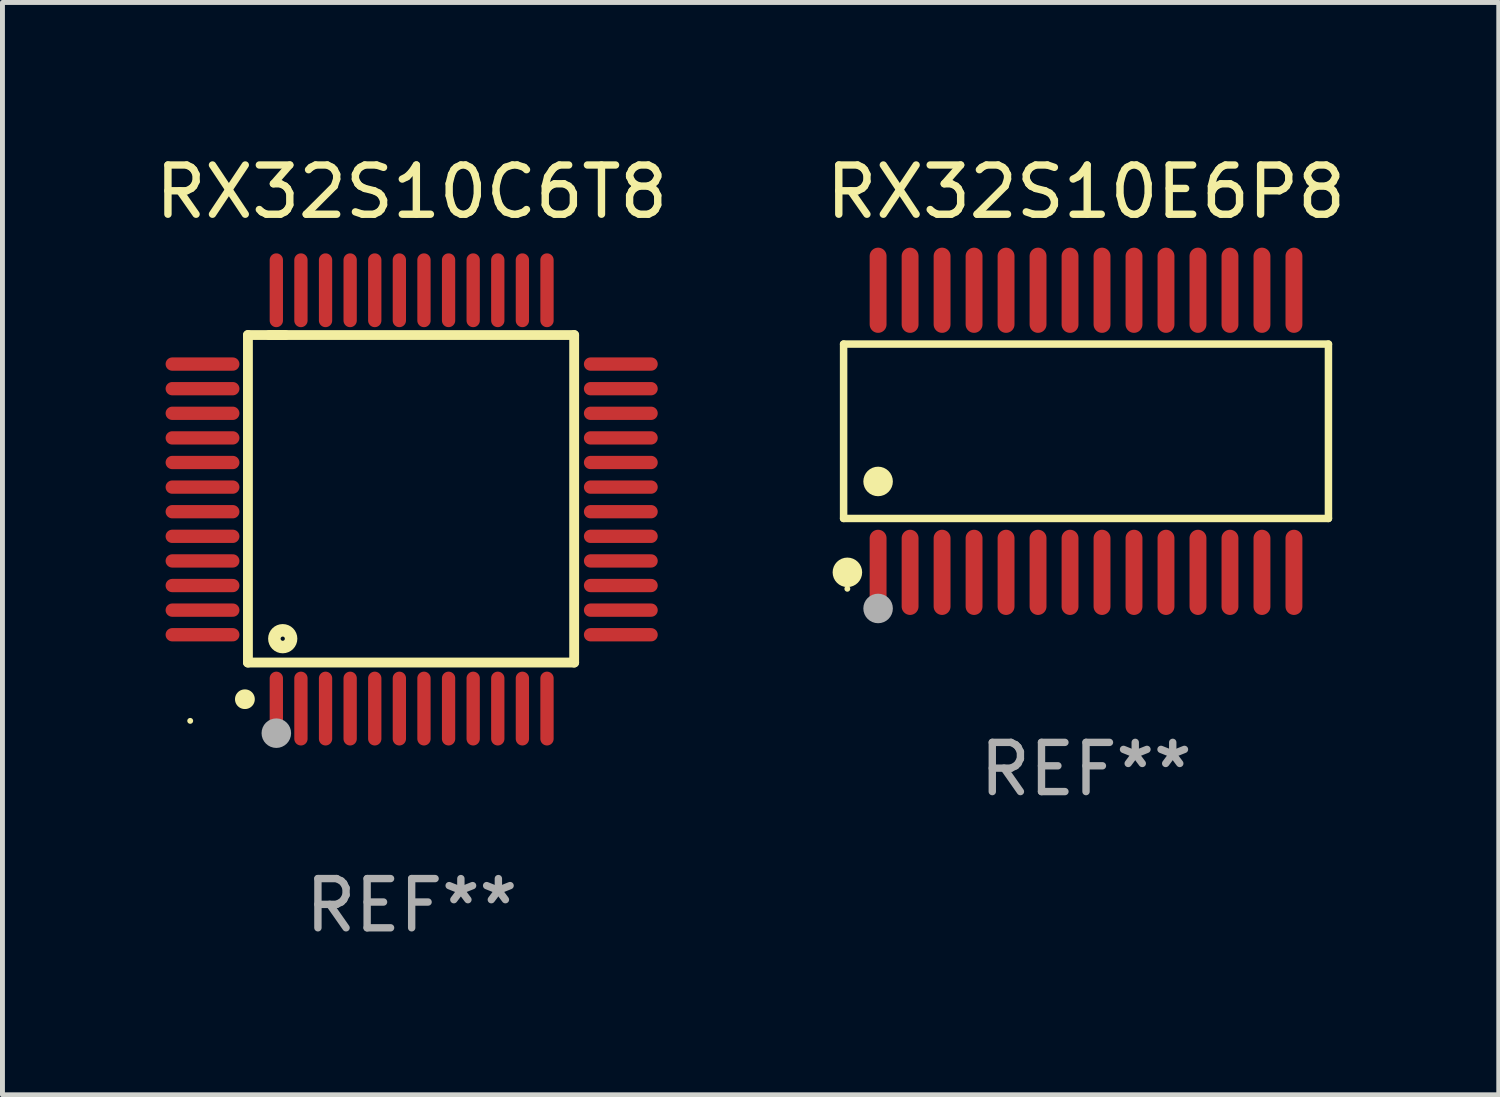
<source format=kicad_pcb>
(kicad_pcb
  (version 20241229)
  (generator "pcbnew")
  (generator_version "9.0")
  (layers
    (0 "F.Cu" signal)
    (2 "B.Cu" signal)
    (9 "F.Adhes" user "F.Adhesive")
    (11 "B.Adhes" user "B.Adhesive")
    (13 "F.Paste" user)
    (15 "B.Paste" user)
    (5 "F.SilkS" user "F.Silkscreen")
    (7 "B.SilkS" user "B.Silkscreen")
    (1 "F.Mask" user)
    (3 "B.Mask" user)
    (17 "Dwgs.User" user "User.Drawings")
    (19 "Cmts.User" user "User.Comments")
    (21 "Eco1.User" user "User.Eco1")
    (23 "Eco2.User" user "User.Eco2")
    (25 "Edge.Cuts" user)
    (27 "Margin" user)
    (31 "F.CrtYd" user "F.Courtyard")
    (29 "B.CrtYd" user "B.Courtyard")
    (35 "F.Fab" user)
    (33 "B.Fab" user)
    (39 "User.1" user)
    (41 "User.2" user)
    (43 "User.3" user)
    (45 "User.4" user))
  (footprint "RX32S10C6T8"
    (layer "F.Cu")
    (at 5.315 7.098)
    (property "Reference" "RX32S10C6T8" (at 0 -6.25 0) (layer "F.SilkS") (effects (font (size 1 1) (thickness 0.15))))
    (attr through_hole)
    (fp_line (start -3.327 -3.34) (end -2.565 -3.34) (stroke (width 0.2) (type solid)) (layer "F.SilkS"))
    (fp_line (start -3.327 3.315) (end -3.327 -3.34) (stroke (width 0.2) (type solid)) (layer "F.SilkS"))
    (fp_line (start -2.896 -3.34) (end 3.302 -3.34) (stroke (width 0.2) (type solid)) (layer "F.SilkS"))
    (fp_line (start 3.302 -3.34) (end 3.302 3.315) (stroke (width 0.2) (type solid)) (layer "F.SilkS"))
    (fp_line (start 3.302 3.315) (end -3.327 3.315) (stroke (width 0.2) (type solid)) (layer "F.SilkS"))
    (fp_arc (start -3.389992 4.059995) (mid -3.388722 4.059991) (end -3.387452 4.059995) (stroke (width 0.4) (type solid)) (layer "F.SilkS"))
    (fp_circle (center -4.5 4.5) (end -4.47 4.5) (stroke (width 0.06) (type solid)) (fill no) (layer "F.SilkS"))
    (fp_circle (center -2.62 2.83) (end -2.45 2.83) (stroke (width 0.254) (type solid)) (fill no) (layer "F.SilkS"))
    (fp_circle (center -2.75 4.75) (end -2.6 4.75) (stroke (width 0.3) (type solid)) (fill no) (layer "F.Fab"))
    (fp_text user "REF**" (at 0 8.25 0) (layer "F.Fab") (effects (font (size 1 1) (thickness 0.15))))
    (pad "1" smd oval (at -2.75 4.25) (size 0.27 1.5) (layers "F.Cu" "F.Mask" "F.Paste"))
    (pad "2" smd oval (at -2.25 4.25) (size 0.27 1.5) (layers "F.Cu" "F.Mask" "F.Paste"))
    (pad "3" smd oval (at -1.75 4.25) (size 0.27 1.5) (layers "F.Cu" "F.Mask" "F.Paste"))
    (pad "4" smd oval (at -1.25 4.25) (size 0.27 1.5) (layers "F.Cu" "F.Mask" "F.Paste"))
    (pad "5" smd oval (at -0.75 4.25) (size 0.27 1.5) (layers "F.Cu" "F.Mask" "F.Paste"))
    (pad "6" smd oval (at -0.25 4.25) (size 0.27 1.5) (layers "F.Cu" "F.Mask" "F.Paste"))
    (pad "7" smd oval (at 0.25 4.25) (size 0.27 1.5) (layers "F.Cu" "F.Mask" "F.Paste"))
    (pad "8" smd oval (at 0.75 4.25) (size 0.27 1.5) (layers "F.Cu" "F.Mask" "F.Paste"))
    (pad "9" smd oval (at 1.25 4.25) (size 0.27 1.5) (layers "F.Cu" "F.Mask" "F.Paste"))
    (pad "10" smd oval (at 1.75 4.25) (size 0.27 1.5) (layers "F.Cu" "F.Mask" "F.Paste"))
    (pad "11" smd oval (at 2.25 4.25) (size 0.27 1.5) (layers "F.Cu" "F.Mask" "F.Paste"))
    (pad "12" smd oval (at 2.75 4.25) (size 0.27 1.5) (layers "F.Cu" "F.Mask" "F.Paste"))
    (pad "13" smd oval (at 4.25 2.75) (size 1.5 0.27) (layers "F.Cu" "F.Mask" "F.Paste"))
    (pad "14" smd oval (at 4.25 2.25) (size 1.5 0.27) (layers "F.Cu" "F.Mask" "F.Paste"))
    (pad "15" smd oval (at 4.25 1.75) (size 1.5 0.27) (layers "F.Cu" "F.Mask" "F.Paste"))
    (pad "16" smd oval (at 4.25 1.25) (size 1.5 0.27) (layers "F.Cu" "F.Mask" "F.Paste"))
    (pad "17" smd oval (at 4.25 0.75) (size 1.5 0.27) (layers "F.Cu" "F.Mask" "F.Paste"))
    (pad "18" smd oval (at 4.25 0.25) (size 1.5 0.27) (layers "F.Cu" "F.Mask" "F.Paste"))
    (pad "19" smd oval (at 4.25 -0.25) (size 1.5 0.27) (layers "F.Cu" "F.Mask" "F.Paste"))
    (pad "20" smd oval (at 4.25 -0.75) (size 1.5 0.27) (layers "F.Cu" "F.Mask" "F.Paste"))
    (pad "21" smd oval (at 4.25 -1.25) (size 1.5 0.27) (layers "F.Cu" "F.Mask" "F.Paste"))
    (pad "22" smd oval (at 4.25 -1.75) (size 1.5 0.27) (layers "F.Cu" "F.Mask" "F.Paste"))
    (pad "23" smd oval (at 4.25 -2.25) (size 1.5 0.27) (layers "F.Cu" "F.Mask" "F.Paste"))
    (pad "24" smd oval (at 4.25 -2.75) (size 1.5 0.27) (layers "F.Cu" "F.Mask" "F.Paste"))
    (pad "25" smd oval (at 2.75 -4.25) (size 0.27 1.5) (layers "F.Cu" "F.Mask" "F.Paste"))
    (pad "26" smd oval (at 2.25 -4.25) (size 0.27 1.5) (layers "F.Cu" "F.Mask" "F.Paste"))
    (pad "27" smd oval (at 1.75 -4.25) (size 0.27 1.5) (layers "F.Cu" "F.Mask" "F.Paste"))
    (pad "28" smd oval (at 1.25 -4.25) (size 0.27 1.5) (layers "F.Cu" "F.Mask" "F.Paste"))
    (pad "29" smd oval (at 0.75 -4.25) (size 0.27 1.5) (layers "F.Cu" "F.Mask" "F.Paste"))
    (pad "30" smd oval (at 0.25 -4.25) (size 0.27 1.5) (layers "F.Cu" "F.Mask" "F.Paste"))
    (pad "31" smd oval (at -0.25 -4.25) (size 0.27 1.5) (layers "F.Cu" "F.Mask" "F.Paste"))
    (pad "32" smd oval (at -0.75 -4.25) (size 0.27 1.5) (layers "F.Cu" "F.Mask" "F.Paste"))
    (pad "33" smd oval (at -1.25 -4.25) (size 0.27 1.5) (layers "F.Cu" "F.Mask" "F.Paste"))
    (pad "34" smd oval (at -1.75 -4.25) (size 0.27 1.5) (layers "F.Cu" "F.Mask" "F.Paste"))
    (pad "35" smd oval (at -2.25 -4.25) (size 0.27 1.5) (layers "F.Cu" "F.Mask" "F.Paste"))
    (pad "36" smd oval (at -2.75 -4.25) (size 0.27 1.5) (layers "F.Cu" "F.Mask" "F.Paste"))
    (pad "37" smd oval (at -4.25 -2.75) (size 1.5 0.27) (layers "F.Cu" "F.Mask" "F.Paste"))
    (pad "38" smd oval (at -4.25 -2.25) (size 1.5 0.27) (layers "F.Cu" "F.Mask" "F.Paste"))
    (pad "39" smd oval (at -4.25 -1.75) (size 1.5 0.27) (layers "F.Cu" "F.Mask" "F.Paste"))
    (pad "40" smd oval (at -4.25 -1.25) (size 1.5 0.27) (layers "F.Cu" "F.Mask" "F.Paste"))
    (pad "41" smd oval (at -4.25 -0.75) (size 1.5 0.27) (layers "F.Cu" "F.Mask" "F.Paste"))
    (pad "42" smd oval (at -4.25 -0.25) (size 1.5 0.27) (layers "F.Cu" "F.Mask" "F.Paste"))
    (pad "43" smd oval (at -4.25 0.25) (size 1.5 0.27) (layers "F.Cu" "F.Mask" "F.Paste"))
    (pad "44" smd oval (at -4.25 0.75) (size 1.5 0.27) (layers "F.Cu" "F.Mask" "F.Paste"))
    (pad "45" smd oval (at -4.25 1.25) (size 1.5 0.27) (layers "F.Cu" "F.Mask" "F.Paste"))
    (pad "46" smd oval (at -4.25 1.75) (size 1.5 0.27) (layers "F.Cu" "F.Mask" "F.Paste"))
    (pad "47" smd oval (at -4.25 2.25) (size 1.5 0.27) (layers "F.Cu" "F.Mask" "F.Paste"))
    (pad "48" smd oval (at -4.25 2.75) (size 1.5 0.27) (layers "F.Cu" "F.Mask" "F.Paste")))
  (footprint "RX32S10E6P8"
    (layer "F.Cu")
    (at 19.018 5.714)
    (property "Reference" "RX32S10E6P8" (at 0 -4.866 0) (layer "F.SilkS") (effects (font (size 1 1) (thickness 0.15))))
    (attr through_hole)
    (fp_line (start -4.926 -1.772) (end 4.926 -1.772) (stroke (width 0.152) (type solid)) (layer "F.SilkS"))
    (fp_line (start -4.926 1.771) (end -4.926 -1.772) (stroke (width 0.152) (type solid)) (layer "F.SilkS"))
    (fp_line (start 4.926 -1.772) (end 4.926 1.771) (stroke (width 0.152) (type solid)) (layer "F.SilkS"))
    (fp_line (start 4.926 1.771) (end -4.926 1.771) (stroke (width 0.152) (type solid)) (layer "F.SilkS"))
    (fp_circle (center -4.85 3.2) (end -4.82 3.2) (stroke (width 0.06) (type solid)) (fill no) (layer "F.SilkS"))
    (fp_circle (center -4.849 2.866) (end -4.699 2.866) (stroke (width 0.3) (type solid)) (fill no) (layer "F.SilkS"))
    (fp_circle (center -4.225 1.019) (end -4.075 1.019) (stroke (width 0.3) (type solid)) (fill no) (layer "F.SilkS"))
    (fp_circle (center -4.225 3.6) (end -4.075 3.6) (stroke (width 0.3) (type solid)) (fill no) (layer "F.Fab"))
    (fp_text user "REF**" (at 0 6.866 0) (layer "F.Fab") (effects (font (size 1 1) (thickness 0.15))))
    (pad "1" smd oval (at -4.225 2.866) (size 0.343 1.731) (layers "F.Cu" "F.Mask" "F.Paste"))
    (pad "2" smd oval (at -3.575 2.866) (size 0.343 1.731) (layers "F.Cu" "F.Mask" "F.Paste"))
    (pad "3" smd oval (at -2.925 2.866) (size 0.343 1.731) (layers "F.Cu" "F.Mask" "F.Paste"))
    (pad "4" smd oval (at -2.275 2.866) (size 0.343 1.731) (layers "F.Cu" "F.Mask" "F.Paste"))
    (pad "5" smd oval (at -1.625 2.866) (size 0.343 1.731) (layers "F.Cu" "F.Mask" "F.Paste"))
    (pad "6" smd oval (at -0.975 2.866) (size 0.343 1.731) (layers "F.Cu" "F.Mask" "F.Paste"))
    (pad "7" smd oval (at -0.325 2.866) (size 0.343 1.731) (layers "F.Cu" "F.Mask" "F.Paste"))
    (pad "8" smd oval (at 0.325 2.866) (size 0.343 1.731) (layers "F.Cu" "F.Mask" "F.Paste"))
    (pad "9" smd oval (at 0.975 2.866) (size 0.343 1.731) (layers "F.Cu" "F.Mask" "F.Paste"))
    (pad "10" smd oval (at 1.625 2.866) (size 0.343 1.731) (layers "F.Cu" "F.Mask" "F.Paste"))
    (pad "11" smd oval (at 2.275 2.866) (size 0.343 1.731) (layers "F.Cu" "F.Mask" "F.Paste"))
    (pad "12" smd oval (at 2.925 2.866) (size 0.343 1.731) (layers "F.Cu" "F.Mask" "F.Paste"))
    (pad "13" smd oval (at 3.575 2.866) (size 0.343 1.731) (layers "F.Cu" "F.Mask" "F.Paste"))
    (pad "14" smd oval (at 4.225 2.866) (size 0.343 1.731) (layers "F.Cu" "F.Mask" "F.Paste"))
    (pad "15" smd oval (at 4.225 -2.866) (size 0.343 1.731) (layers "F.Cu" "F.Mask" "F.Paste"))
    (pad "16" smd oval (at 3.575 -2.866) (size 0.343 1.731) (layers "F.Cu" "F.Mask" "F.Paste"))
    (pad "17" smd oval (at 2.925 -2.866) (size 0.343 1.731) (layers "F.Cu" "F.Mask" "F.Paste"))
    (pad "18" smd oval (at 2.275 -2.866) (size 0.343 1.731) (layers "F.Cu" "F.Mask" "F.Paste"))
    (pad "19" smd oval (at 1.625 -2.866) (size 0.343 1.731) (layers "F.Cu" "F.Mask" "F.Paste"))
    (pad "20" smd oval (at 0.975 -2.866) (size 0.343 1.731) (layers "F.Cu" "F.Mask" "F.Paste"))
    (pad "21" smd oval (at 0.325 -2.866) (size 0.343 1.731) (layers "F.Cu" "F.Mask" "F.Paste"))
    (pad "22" smd oval (at -0.325 -2.866) (size 0.343 1.731) (layers "F.Cu" "F.Mask" "F.Paste"))
    (pad "23" smd oval (at -0.975 -2.866) (size 0.343 1.731) (layers "F.Cu" "F.Mask" "F.Paste"))
    (pad "24" smd oval (at -1.625 -2.866) (size 0.343 1.731) (layers "F.Cu" "F.Mask" "F.Paste"))
    (pad "25" smd oval (at -2.275 -2.866) (size 0.343 1.731) (layers "F.Cu" "F.Mask" "F.Paste"))
    (pad "26" smd oval (at -2.925 -2.866) (size 0.343 1.731) (layers "F.Cu" "F.Mask" "F.Paste"))
    (pad "27" smd oval (at -3.575 -2.866) (size 0.343 1.731) (layers "F.Cu" "F.Mask" "F.Paste"))
    (pad "28" smd oval (at -4.225 -2.866) (size 0.343 1.731) (layers "F.Cu" "F.Mask" "F.Paste")))
  (gr_rect
    (start -3 -3)
    (end 27.405 19.196)
    (stroke (width 0.1) (type default))
    (fill no)
    (layer "Edge.Cuts")))
</source>
